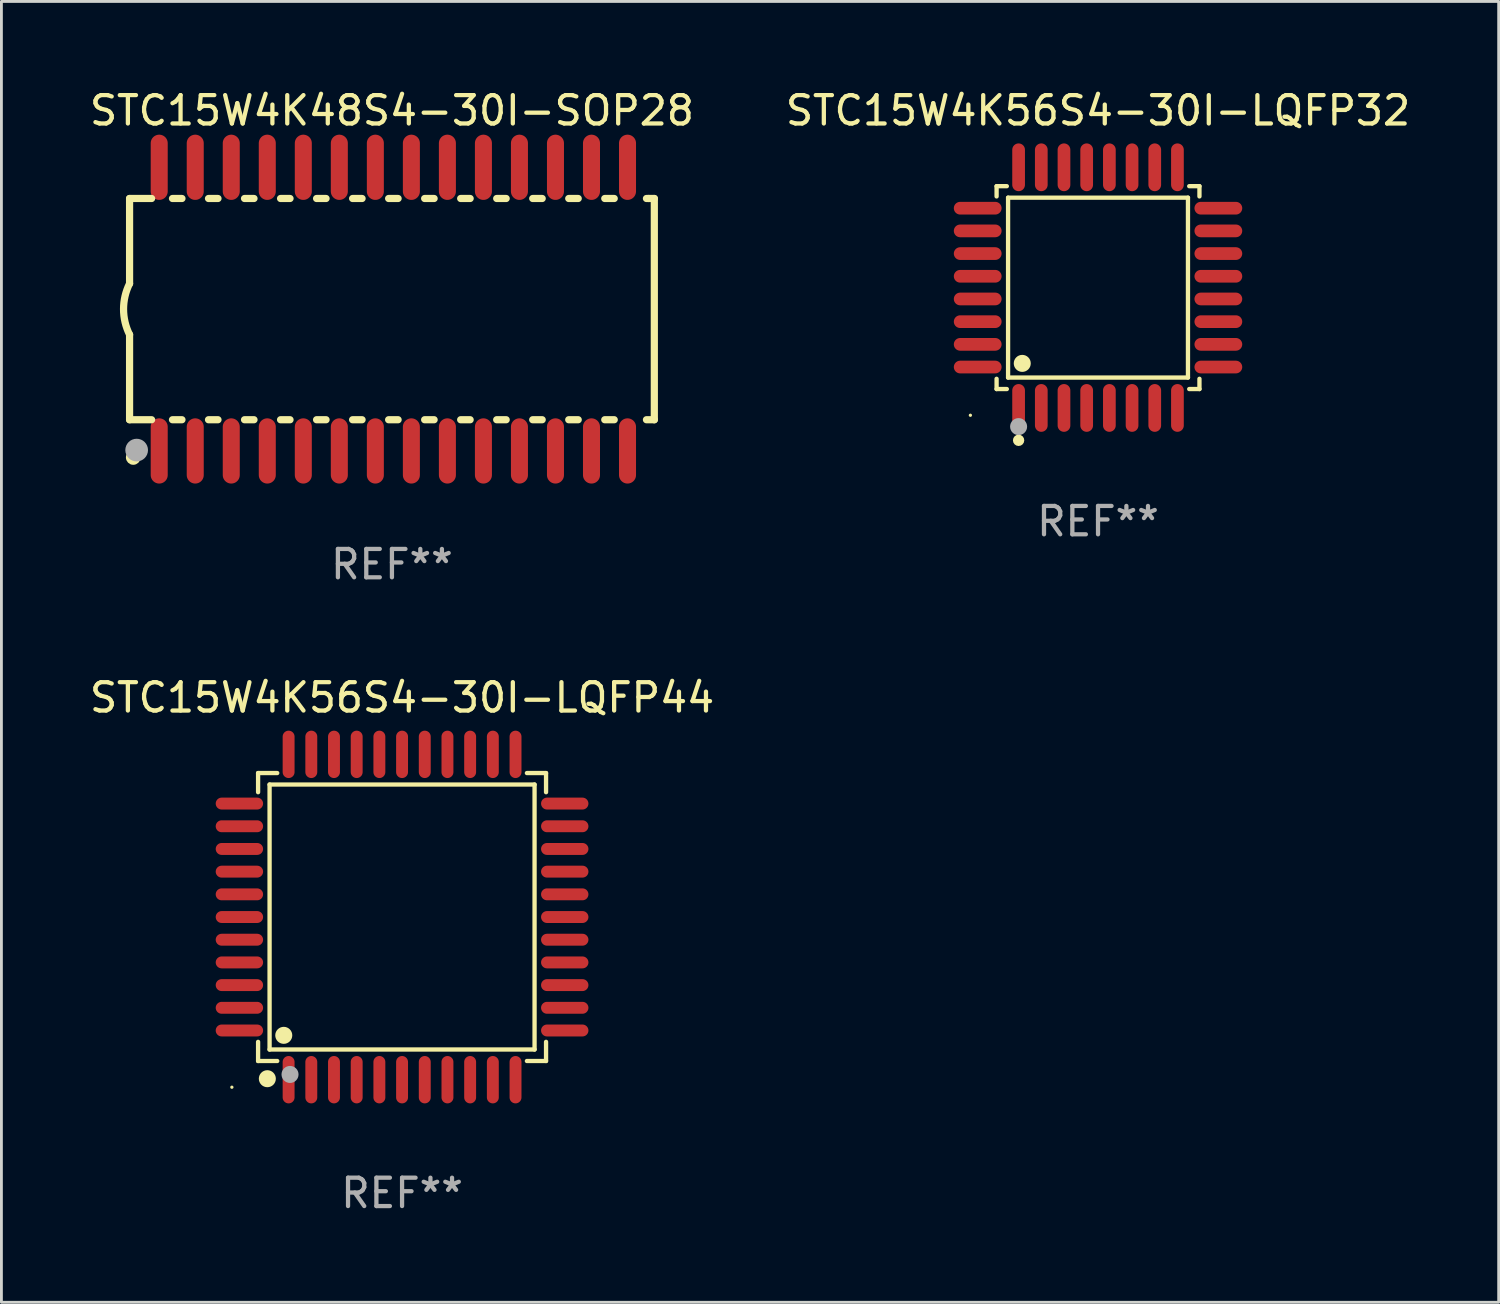
<source format=kicad_pcb>
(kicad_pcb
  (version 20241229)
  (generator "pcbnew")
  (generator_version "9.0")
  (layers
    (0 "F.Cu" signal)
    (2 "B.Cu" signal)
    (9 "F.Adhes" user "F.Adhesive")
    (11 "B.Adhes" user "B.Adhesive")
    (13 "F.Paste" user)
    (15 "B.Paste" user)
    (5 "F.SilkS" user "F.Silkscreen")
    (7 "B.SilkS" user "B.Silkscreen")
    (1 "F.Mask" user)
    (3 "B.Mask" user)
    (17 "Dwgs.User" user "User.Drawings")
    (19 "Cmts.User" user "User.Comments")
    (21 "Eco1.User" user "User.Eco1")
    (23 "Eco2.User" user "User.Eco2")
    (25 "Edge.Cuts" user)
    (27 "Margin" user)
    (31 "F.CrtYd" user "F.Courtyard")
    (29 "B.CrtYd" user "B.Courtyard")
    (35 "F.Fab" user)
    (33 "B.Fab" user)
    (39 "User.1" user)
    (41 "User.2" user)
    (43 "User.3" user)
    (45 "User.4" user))
  (footprint "STC15W4K56S4-30I-LQFP44"
    (layer "F.Cu")
    (at 11.125 29.28)
    (property "Reference" "STC15W4K56S4-30I-LQFP44" (at 0 -7.735 0) (layer "F.SilkS") (effects (font (size 1 1) (thickness 0.15))))
    (attr through_hole)
    (fp_line (start -5.076 -5.076) (end -4.401 -5.076) (stroke (width 0.152) (type solid)) (layer "F.SilkS"))
    (fp_line (start -5.076 -4.401) (end -5.076 -5.076) (stroke (width 0.152) (type solid)) (layer "F.SilkS"))
    (fp_line (start -5.076 4.401) (end -5.076 5.076) (stroke (width 0.152) (type solid)) (layer "F.SilkS"))
    (fp_line (start -5.076 5.076) (end -4.401 5.076) (stroke (width 0.152) (type solid)) (layer "F.SilkS"))
    (fp_line (start -4.671 -4.671) (end 4.671 -4.671) (stroke (width 0.152) (type solid)) (layer "F.SilkS"))
    (fp_line (start -4.671 4.671) (end -4.671 -4.671) (stroke (width 0.152) (type solid)) (layer "F.SilkS"))
    (fp_line (start 4.671 -4.671) (end 4.671 4.671) (stroke (width 0.152) (type solid)) (layer "F.SilkS"))
    (fp_line (start 4.671 4.671) (end -4.671 4.671) (stroke (width 0.152) (type solid)) (layer "F.SilkS"))
    (fp_line (start 5.076 -5.076) (end 4.401 -5.076) (stroke (width 0.152) (type solid)) (layer "F.SilkS"))
    (fp_line (start 5.076 -4.401) (end 5.076 -5.076) (stroke (width 0.152) (type solid)) (layer "F.SilkS"))
    (fp_line (start 5.076 4.401) (end 5.076 5.076) (stroke (width 0.152) (type solid)) (layer "F.SilkS"))
    (fp_line (start 5.076 5.076) (end 4.401 5.076) (stroke (width 0.152) (type solid)) (layer "F.SilkS"))
    (fp_circle (center -6 6) (end -5.97 6) (stroke (width 0.06) (type solid)) (fill no) (layer "F.SilkS"))
    (fp_circle (center -4.75 5.7) (end -4.6 5.7) (stroke (width 0.3) (type solid)) (fill no) (layer "F.SilkS"))
    (fp_circle (center -4.171 4.171) (end -4.021 4.171) (stroke (width 0.3) (type solid)) (fill no) (layer "F.SilkS"))
    (fp_circle (center -3.95 5.55) (end -3.8 5.55) (stroke (width 0.3) (type solid)) (fill no) (layer "F.Fab"))
    (fp_text user "REF**" (at 0 9.735 0) (layer "F.Fab") (effects (font (size 1 1) (thickness 0.15))))
    (pad "1" smd oval (at -4 5.735) (size 0.42 1.67) (layers "F.Cu" "F.Mask" "F.Paste"))
    (pad "2" smd oval (at -3.2 5.735) (size 0.42 1.67) (layers "F.Cu" "F.Mask" "F.Paste"))
    (pad "3" smd oval (at -2.4 5.735) (size 0.42 1.67) (layers "F.Cu" "F.Mask" "F.Paste"))
    (pad "4" smd oval (at -1.6 5.735) (size 0.42 1.67) (layers "F.Cu" "F.Mask" "F.Paste"))
    (pad "5" smd oval (at -0.8 5.735) (size 0.42 1.67) (layers "F.Cu" "F.Mask" "F.Paste"))
    (pad "6" smd oval (at 0 5.735) (size 0.42 1.67) (layers "F.Cu" "F.Mask" "F.Paste"))
    (pad "7" smd oval (at 0.8 5.735) (size 0.42 1.67) (layers "F.Cu" "F.Mask" "F.Paste"))
    (pad "8" smd oval (at 1.6 5.735) (size 0.42 1.67) (layers "F.Cu" "F.Mask" "F.Paste"))
    (pad "9" smd oval (at 2.4 5.735) (size 0.42 1.67) (layers "F.Cu" "F.Mask" "F.Paste"))
    (pad "10" smd oval (at 3.2 5.735) (size 0.42 1.67) (layers "F.Cu" "F.Mask" "F.Paste"))
    (pad "11" smd oval (at 4 5.735) (size 0.42 1.67) (layers "F.Cu" "F.Mask" "F.Paste"))
    (pad "12" smd oval (at 5.735 4) (size 1.67 0.42) (layers "F.Cu" "F.Mask" "F.Paste"))
    (pad "13" smd oval (at 5.735 3.2) (size 1.67 0.42) (layers "F.Cu" "F.Mask" "F.Paste"))
    (pad "14" smd oval (at 5.735 2.4) (size 1.67 0.42) (layers "F.Cu" "F.Mask" "F.Paste"))
    (pad "15" smd oval (at 5.735 1.6) (size 1.67 0.42) (layers "F.Cu" "F.Mask" "F.Paste"))
    (pad "16" smd oval (at 5.735 0.8) (size 1.67 0.42) (layers "F.Cu" "F.Mask" "F.Paste"))
    (pad "17" smd oval (at 5.735 0) (size 1.67 0.42) (layers "F.Cu" "F.Mask" "F.Paste"))
    (pad "18" smd oval (at 5.735 -0.8) (size 1.67 0.42) (layers "F.Cu" "F.Mask" "F.Paste"))
    (pad "19" smd oval (at 5.735 -1.6) (size 1.67 0.42) (layers "F.Cu" "F.Mask" "F.Paste"))
    (pad "20" smd oval (at 5.735 -2.4) (size 1.67 0.42) (layers "F.Cu" "F.Mask" "F.Paste"))
    (pad "21" smd oval (at 5.735 -3.2) (size 1.67 0.42) (layers "F.Cu" "F.Mask" "F.Paste"))
    (pad "22" smd oval (at 5.735 -4) (size 1.67 0.42) (layers "F.Cu" "F.Mask" "F.Paste"))
    (pad "23" smd oval (at 4 -5.735) (size 0.42 1.67) (layers "F.Cu" "F.Mask" "F.Paste"))
    (pad "24" smd oval (at 3.2 -5.735) (size 0.42 1.67) (layers "F.Cu" "F.Mask" "F.Paste"))
    (pad "25" smd oval (at 2.4 -5.735) (size 0.42 1.67) (layers "F.Cu" "F.Mask" "F.Paste"))
    (pad "26" smd oval (at 1.6 -5.735) (size 0.42 1.67) (layers "F.Cu" "F.Mask" "F.Paste"))
    (pad "27" smd oval (at 0.8 -5.735) (size 0.42 1.67) (layers "F.Cu" "F.Mask" "F.Paste"))
    (pad "28" smd oval (at 0 -5.735) (size 0.42 1.67) (layers "F.Cu" "F.Mask" "F.Paste"))
    (pad "29" smd oval (at -0.8 -5.735) (size 0.42 1.67) (layers "F.Cu" "F.Mask" "F.Paste"))
    (pad "30" smd oval (at -1.6 -5.735) (size 0.42 1.67) (layers "F.Cu" "F.Mask" "F.Paste"))
    (pad "31" smd oval (at -2.4 -5.735) (size 0.42 1.67) (layers "F.Cu" "F.Mask" "F.Paste"))
    (pad "32" smd oval (at -3.2 -5.735) (size 0.42 1.67) (layers "F.Cu" "F.Mask" "F.Paste"))
    (pad "33" smd oval (at -4 -5.735) (size 0.42 1.67) (layers "F.Cu" "F.Mask" "F.Paste"))
    (pad "34" smd oval (at -5.735 -4) (size 1.67 0.42) (layers "F.Cu" "F.Mask" "F.Paste"))
    (pad "35" smd oval (at -5.735 -3.2) (size 1.67 0.42) (layers "F.Cu" "F.Mask" "F.Paste"))
    (pad "36" smd oval (at -5.735 -2.4) (size 1.67 0.42) (layers "F.Cu" "F.Mask" "F.Paste"))
    (pad "37" smd oval (at -5.735 -1.6) (size 1.67 0.42) (layers "F.Cu" "F.Mask" "F.Paste"))
    (pad "38" smd oval (at -5.735 -0.8) (size 1.67 0.42) (layers "F.Cu" "F.Mask" "F.Paste"))
    (pad "39" smd oval (at -5.735 0) (size 1.67 0.42) (layers "F.Cu" "F.Mask" "F.Paste"))
    (pad "40" smd oval (at -5.735 0.8) (size 1.67 0.42) (layers "F.Cu" "F.Mask" "F.Paste"))
    (pad "41" smd oval (at -5.735 1.6) (size 1.67 0.42) (layers "F.Cu" "F.Mask" "F.Paste"))
    (pad "42" smd oval (at -5.735 2.4) (size 1.67 0.42) (layers "F.Cu" "F.Mask" "F.Paste"))
    (pad "43" smd oval (at -5.735 3.2) (size 1.67 0.42) (layers "F.Cu" "F.Mask" "F.Paste"))
    (pad "44" smd oval (at -5.735 4) (size 1.67 0.42) (layers "F.Cu" "F.Mask" "F.Paste")))
  (footprint "STC15W4K48S4-30I-SOP28"
    (layer "F.Cu")
    (at 10.768 7.848)
    (property "Reference" "STC15W4K48S4-30I-SOP28" (at 0 -7 0) (layer "F.SilkS") (effects (font (size 1 1) (thickness 0.15))))
    (attr through_hole)
    (fp_line (start -9.25 -3.9) (end -9.25 -0.9) (stroke (width 0.254) (type solid)) (layer "F.SilkS"))
    (fp_line (start -9.25 -3.9) (end -8.473 -3.9) (stroke (width 0.254) (type solid)) (layer "F.SilkS"))
    (fp_line (start -9.25 3.9) (end -9.25 0.9) (stroke (width 0.254) (type solid)) (layer "F.SilkS"))
    (fp_line (start -9.25 3.9) (end -8.473 3.9) (stroke (width 0.254) (type solid)) (layer "F.SilkS"))
    (fp_line (start -7.737 -3.9) (end -7.403 -3.9) (stroke (width 0.254) (type solid)) (layer "F.SilkS"))
    (fp_line (start -7.737 3.9) (end -7.403 3.9) (stroke (width 0.254) (type solid)) (layer "F.SilkS"))
    (fp_line (start -6.467 3.9) (end -6.133 3.9) (stroke (width 0.254) (type solid)) (layer "F.SilkS"))
    (fp_line (start -6.467 -3.9) (end -6.133 -3.9) (stroke (width 0.254) (type solid)) (layer "F.SilkS"))
    (fp_line (start -5.197 3.9) (end -4.863 3.9) (stroke (width 0.254) (type solid)) (layer "F.SilkS"))
    (fp_line (start -5.197 -3.9) (end -4.863 -3.9) (stroke (width 0.254) (type solid)) (layer "F.SilkS"))
    (fp_line (start -3.927 3.9) (end -3.593 3.9) (stroke (width 0.254) (type solid)) (layer "F.SilkS"))
    (fp_line (start -3.927 -3.9) (end -3.593 -3.9) (stroke (width 0.254) (type solid)) (layer "F.SilkS"))
    (fp_line (start -2.657 3.9) (end -2.323 3.9) (stroke (width 0.254) (type solid)) (layer "F.SilkS"))
    (fp_line (start -2.657 -3.9) (end -2.323 -3.9) (stroke (width 0.254) (type solid)) (layer "F.SilkS"))
    (fp_line (start -1.387 3.9) (end -1.053 3.9) (stroke (width 0.254) (type solid)) (layer "F.SilkS"))
    (fp_line (start -1.387 -3.9) (end -1.053 -3.9) (stroke (width 0.254) (type solid)) (layer "F.SilkS"))
    (fp_line (start -0.117 3.9) (end 0.217 3.9) (stroke (width 0.254) (type solid)) (layer "F.SilkS"))
    (fp_line (start -0.117 -3.9) (end 0.217 -3.9) (stroke (width 0.254) (type solid)) (layer "F.SilkS"))
    (fp_line (start 1.153 3.9) (end 1.487 3.9) (stroke (width 0.254) (type solid)) (layer "F.SilkS"))
    (fp_line (start 1.153 -3.9) (end 1.487 -3.9) (stroke (width 0.254) (type solid)) (layer "F.SilkS"))
    (fp_line (start 2.423 3.9) (end 2.757 3.9) (stroke (width 0.254) (type solid)) (layer "F.SilkS"))
    (fp_line (start 2.423 -3.9) (end 2.757 -3.9) (stroke (width 0.254) (type solid)) (layer "F.SilkS"))
    (fp_line (start 3.693 3.9) (end 4.027 3.9) (stroke (width 0.254) (type solid)) (layer "F.SilkS"))
    (fp_line (start 3.693 -3.9) (end 4.027 -3.9) (stroke (width 0.254) (type solid)) (layer "F.SilkS"))
    (fp_line (start 4.963 3.9) (end 5.297 3.9) (stroke (width 0.254) (type solid)) (layer "F.SilkS"))
    (fp_line (start 4.963 -3.9) (end 5.297 -3.9) (stroke (width 0.254) (type solid)) (layer "F.SilkS"))
    (fp_line (start 6.233 3.9) (end 6.567 3.9) (stroke (width 0.254) (type solid)) (layer "F.SilkS"))
    (fp_line (start 6.233 -3.9) (end 6.567 -3.9) (stroke (width 0.254) (type solid)) (layer "F.SilkS"))
    (fp_line (start 7.503 -3.9) (end 7.837 -3.9) (stroke (width 0.254) (type solid)) (layer "F.SilkS"))
    (fp_line (start 7.503 3.9) (end 7.837 3.9) (stroke (width 0.254) (type solid)) (layer "F.SilkS"))
    (fp_line (start 8.973 -3.9) (end 9.05 -3.9) (stroke (width 0.254) (type solid)) (layer "F.SilkS"))
    (fp_line (start 8.973 3.9) (end 9.25 3.9) (stroke (width 0.254) (type solid)) (layer "F.SilkS"))
    (fp_line (start 9.05 -3.9) (end 9.25 -3.9) (stroke (width 0.254) (type solid)) (layer "F.SilkS"))
    (fp_line (start 9.25 -3.9) (end 9.25 3.9) (stroke (width 0.254) (type solid)) (layer "F.SilkS"))
    (fp_arc (start -9.249619 0.900432) (mid -9.462013 0.000246) (end -9.249873 -0.9) (stroke (width 0.254001) (type solid)) (layer "F.SilkS"))
    (fp_circle (center -9.2 5.3) (end -9.17 5.3) (stroke (width 0.06) (type solid)) (fill no) (layer "F.SilkS"))
    (fp_circle (center -9.12 5.23) (end -8.988 5.23) (stroke (width 0.254) (type solid)) (fill no) (layer "F.SilkS"))
    (fp_circle (center -9 4.97) (end -8.8 4.97) (stroke (width 0.4) (type solid)) (fill no) (layer "F.Fab"))
    (fp_text user "REF**" (at 0 9 0) (layer "F.Fab") (effects (font (size 1 1) (thickness 0.15))))
    (pad "1" smd oval (at -8.205 5) (size 0.6 2.3) (layers "F.Cu" "F.Mask" "F.Paste"))
    (pad "2" smd oval (at -6.935 5) (size 0.6 2.3) (layers "F.Cu" "F.Mask" "F.Paste"))
    (pad "3" smd oval (at -5.665 5) (size 0.6 2.3) (layers "F.Cu" "F.Mask" "F.Paste"))
    (pad "4" smd oval (at -4.395 5) (size 0.6 2.3) (layers "F.Cu" "F.Mask" "F.Paste"))
    (pad "5" smd oval (at -3.125 5) (size 0.6 2.3) (layers "F.Cu" "F.Mask" "F.Paste"))
    (pad "6" smd oval (at -1.855 5) (size 0.6 2.3) (layers "F.Cu" "F.Mask" "F.Paste"))
    (pad "7" smd oval (at -0.585 5) (size 0.6 2.3) (layers "F.Cu" "F.Mask" "F.Paste"))
    (pad "8" smd oval (at 0.685 5) (size 0.6 2.3) (layers "F.Cu" "F.Mask" "F.Paste"))
    (pad "9" smd oval (at 1.955 5) (size 0.6 2.3) (layers "F.Cu" "F.Mask" "F.Paste"))
    (pad "10" smd oval (at 3.225 5) (size 0.6 2.3) (layers "F.Cu" "F.Mask" "F.Paste"))
    (pad "11" smd oval (at 4.495 5) (size 0.6 2.3) (layers "F.Cu" "F.Mask" "F.Paste"))
    (pad "12" smd oval (at 5.765 5) (size 0.6 2.3) (layers "F.Cu" "F.Mask" "F.Paste"))
    (pad "13" smd oval (at 7.035 5) (size 0.6 2.3) (layers "F.Cu" "F.Mask" "F.Paste"))
    (pad "14" smd oval (at 8.305 5) (size 0.6 2.3) (layers "F.Cu" "F.Mask" "F.Paste"))
    (pad "15" smd oval (at 8.305 -5) (size 0.6 2.3) (layers "F.Cu" "F.Mask" "F.Paste"))
    (pad "16" smd oval (at 7.035 -5) (size 0.6 2.3) (layers "F.Cu" "F.Mask" "F.Paste"))
    (pad "17" smd oval (at 5.765 -5) (size 0.6 2.3) (layers "F.Cu" "F.Mask" "F.Paste"))
    (pad "18" smd oval (at 4.495 -5) (size 0.6 2.3) (layers "F.Cu" "F.Mask" "F.Paste"))
    (pad "19" smd oval (at 3.225 -5) (size 0.6 2.3) (layers "F.Cu" "F.Mask" "F.Paste"))
    (pad "20" smd oval (at 1.955 -5) (size 0.6 2.3) (layers "F.Cu" "F.Mask" "F.Paste"))
    (pad "21" smd oval (at 0.685 -5) (size 0.6 2.3) (layers "F.Cu" "F.Mask" "F.Paste"))
    (pad "22" smd oval (at -0.585 -5) (size 0.6 2.3) (layers "F.Cu" "F.Mask" "F.Paste"))
    (pad "23" smd oval (at -1.855 -5) (size 0.6 2.3) (layers "F.Cu" "F.Mask" "F.Paste"))
    (pad "24" smd oval (at -3.125 -5) (size 0.6 2.3) (layers "F.Cu" "F.Mask" "F.Paste"))
    (pad "25" smd oval (at -4.395 -5) (size 0.6 2.3) (layers "F.Cu" "F.Mask" "F.Paste"))
    (pad "26" smd oval (at -5.665 -5) (size 0.6 2.3) (layers "F.Cu" "F.Mask" "F.Paste"))
    (pad "27" smd oval (at -6.935 -5) (size 0.6 2.3) (layers "F.Cu" "F.Mask" "F.Paste"))
    (pad "28" smd oval (at -8.205 -5) (size 0.6 2.3) (layers "F.Cu" "F.Mask" "F.Paste")))
  (footprint "STC15W4K56S4-30I-LQFP32"
    (layer "F.Cu")
    (at 35.661 7.09)
    (property "Reference" "STC15W4K56S4-30I-LQFP32" (at 0 -6.242 0) (layer "F.SilkS") (effects (font (size 1 1) (thickness 0.15))))
    (attr through_hole)
    (fp_line (start -3.576 -3.576) (end -3.215 -3.576) (stroke (width 0.152) (type solid)) (layer "F.SilkS"))
    (fp_line (start -3.576 -3.215) (end -3.576 -3.576) (stroke (width 0.152) (type solid)) (layer "F.SilkS"))
    (fp_line (start -3.576 3.215) (end -3.576 3.576) (stroke (width 0.152) (type solid)) (layer "F.SilkS"))
    (fp_line (start -3.576 3.576) (end -3.215 3.576) (stroke (width 0.152) (type solid)) (layer "F.SilkS"))
    (fp_line (start -3.171 -3.171) (end 3.171 -3.171) (stroke (width 0.152) (type solid)) (layer "F.SilkS"))
    (fp_line (start -3.171 3.171) (end -3.171 -3.171) (stroke (width 0.152) (type solid)) (layer "F.SilkS"))
    (fp_line (start 3.171 -3.171) (end 3.171 3.171) (stroke (width 0.152) (type solid)) (layer "F.SilkS"))
    (fp_line (start 3.171 3.171) (end -3.171 3.171) (stroke (width 0.152) (type solid)) (layer "F.SilkS"))
    (fp_line (start 3.576 -3.576) (end 3.215 -3.576) (stroke (width 0.152) (type solid)) (layer "F.SilkS"))
    (fp_line (start 3.576 -3.215) (end 3.576 -3.576) (stroke (width 0.152) (type solid)) (layer "F.SilkS"))
    (fp_line (start 3.576 3.215) (end 3.576 3.576) (stroke (width 0.152) (type solid)) (layer "F.SilkS"))
    (fp_line (start 3.576 3.576) (end 3.215 3.576) (stroke (width 0.152) (type solid)) (layer "F.SilkS"))
    (fp_circle (center -4.5 4.5) (end -4.47 4.5) (stroke (width 0.06) (type solid)) (fill no) (layer "F.SilkS"))
    (fp_circle (center -2.8 5.384) (end -2.7 5.384) (stroke (width 0.2) (type solid)) (fill no) (layer "F.SilkS"))
    (fp_circle (center -2.671 2.671) (end -2.521 2.671) (stroke (width 0.3) (type solid)) (fill no) (layer "F.SilkS"))
    (fp_circle (center -2.8 4.9) (end -2.65 4.9) (stroke (width 0.3) (type solid)) (fill no) (layer "F.Fab"))
    (fp_text user "REF**" (at 0 8.242 0) (layer "F.Fab") (effects (font (size 1 1) (thickness 0.15))))
    (pad "1" smd oval (at -2.8 4.242) (size 0.448 1.684) (layers "F.Cu" "F.Mask" "F.Paste"))
    (pad "2" smd oval (at -2 4.242) (size 0.448 1.684) (layers "F.Cu" "F.Mask" "F.Paste"))
    (pad "3" smd oval (at -1.2 4.242) (size 0.448 1.684) (layers "F.Cu" "F.Mask" "F.Paste"))
    (pad "4" smd oval (at -0.4 4.242) (size 0.448 1.684) (layers "F.Cu" "F.Mask" "F.Paste"))
    (pad "5" smd oval (at 0.4 4.242) (size 0.448 1.684) (layers "F.Cu" "F.Mask" "F.Paste"))
    (pad "6" smd oval (at 1.2 4.242) (size 0.448 1.684) (layers "F.Cu" "F.Mask" "F.Paste"))
    (pad "7" smd oval (at 2 4.242) (size 0.448 1.684) (layers "F.Cu" "F.Mask" "F.Paste"))
    (pad "8" smd oval (at 2.8 4.242) (size 0.448 1.684) (layers "F.Cu" "F.Mask" "F.Paste"))
    (pad "9" smd oval (at 4.242 2.8) (size 1.684 0.448) (layers "F.Cu" "F.Mask" "F.Paste"))
    (pad "10" smd oval (at 4.242 2) (size 1.684 0.448) (layers "F.Cu" "F.Mask" "F.Paste"))
    (pad "11" smd oval (at 4.242 1.2) (size 1.684 0.448) (layers "F.Cu" "F.Mask" "F.Paste"))
    (pad "12" smd oval (at 4.242 0.4) (size 1.684 0.448) (layers "F.Cu" "F.Mask" "F.Paste"))
    (pad "13" smd oval (at 4.242 -0.4) (size 1.684 0.448) (layers "F.Cu" "F.Mask" "F.Paste"))
    (pad "14" smd oval (at 4.242 -1.2) (size 1.684 0.448) (layers "F.Cu" "F.Mask" "F.Paste"))
    (pad "15" smd oval (at 4.242 -2) (size 1.684 0.448) (layers "F.Cu" "F.Mask" "F.Paste"))
    (pad "16" smd oval (at 4.242 -2.8) (size 1.684 0.448) (layers "F.Cu" "F.Mask" "F.Paste"))
    (pad "17" smd oval (at 2.8 -4.242) (size 0.448 1.684) (layers "F.Cu" "F.Mask" "F.Paste"))
    (pad "18" smd oval (at 2 -4.242) (size 0.448 1.684) (layers "F.Cu" "F.Mask" "F.Paste"))
    (pad "19" smd oval (at 1.2 -4.242) (size 0.448 1.684) (layers "F.Cu" "F.Mask" "F.Paste"))
    (pad "20" smd oval (at 0.4 -4.242) (size 0.448 1.684) (layers "F.Cu" "F.Mask" "F.Paste"))
    (pad "21" smd oval (at -0.4 -4.242) (size 0.448 1.684) (layers "F.Cu" "F.Mask" "F.Paste"))
    (pad "22" smd oval (at -1.2 -4.242) (size 0.448 1.684) (layers "F.Cu" "F.Mask" "F.Paste"))
    (pad "23" smd oval (at -2 -4.242) (size 0.448 1.684) (layers "F.Cu" "F.Mask" "F.Paste"))
    (pad "24" smd oval (at -2.8 -4.242) (size 0.448 1.684) (layers "F.Cu" "F.Mask" "F.Paste"))
    (pad "25" smd oval (at -4.242 -2.8) (size 1.684 0.448) (layers "F.Cu" "F.Mask" "F.Paste"))
    (pad "26" smd oval (at -4.242 -2) (size 1.684 0.448) (layers "F.Cu" "F.Mask" "F.Paste"))
    (pad "27" smd oval (at -4.242 -1.2) (size 1.684 0.448) (layers "F.Cu" "F.Mask" "F.Paste"))
    (pad "28" smd oval (at -4.242 -0.4) (size 1.684 0.448) (layers "F.Cu" "F.Mask" "F.Paste"))
    (pad "29" smd oval (at -4.242 0.4) (size 1.684 0.448) (layers "F.Cu" "F.Mask" "F.Paste"))
    (pad "30" smd oval (at -4.242 1.2) (size 1.684 0.448) (layers "F.Cu" "F.Mask" "F.Paste"))
    (pad "31" smd oval (at -4.242 2) (size 1.684 0.448) (layers "F.Cu" "F.Mask" "F.Paste"))
    (pad "32" smd oval (at -4.242 2.8) (size 1.684 0.448) (layers "F.Cu" "F.Mask" "F.Paste")))
  (gr_rect
    (start -3 -3)
    (end 49.786 42.863)
    (stroke (width 0.1) (type default))
    (fill no)
    (layer "Edge.Cuts")))
</source>
